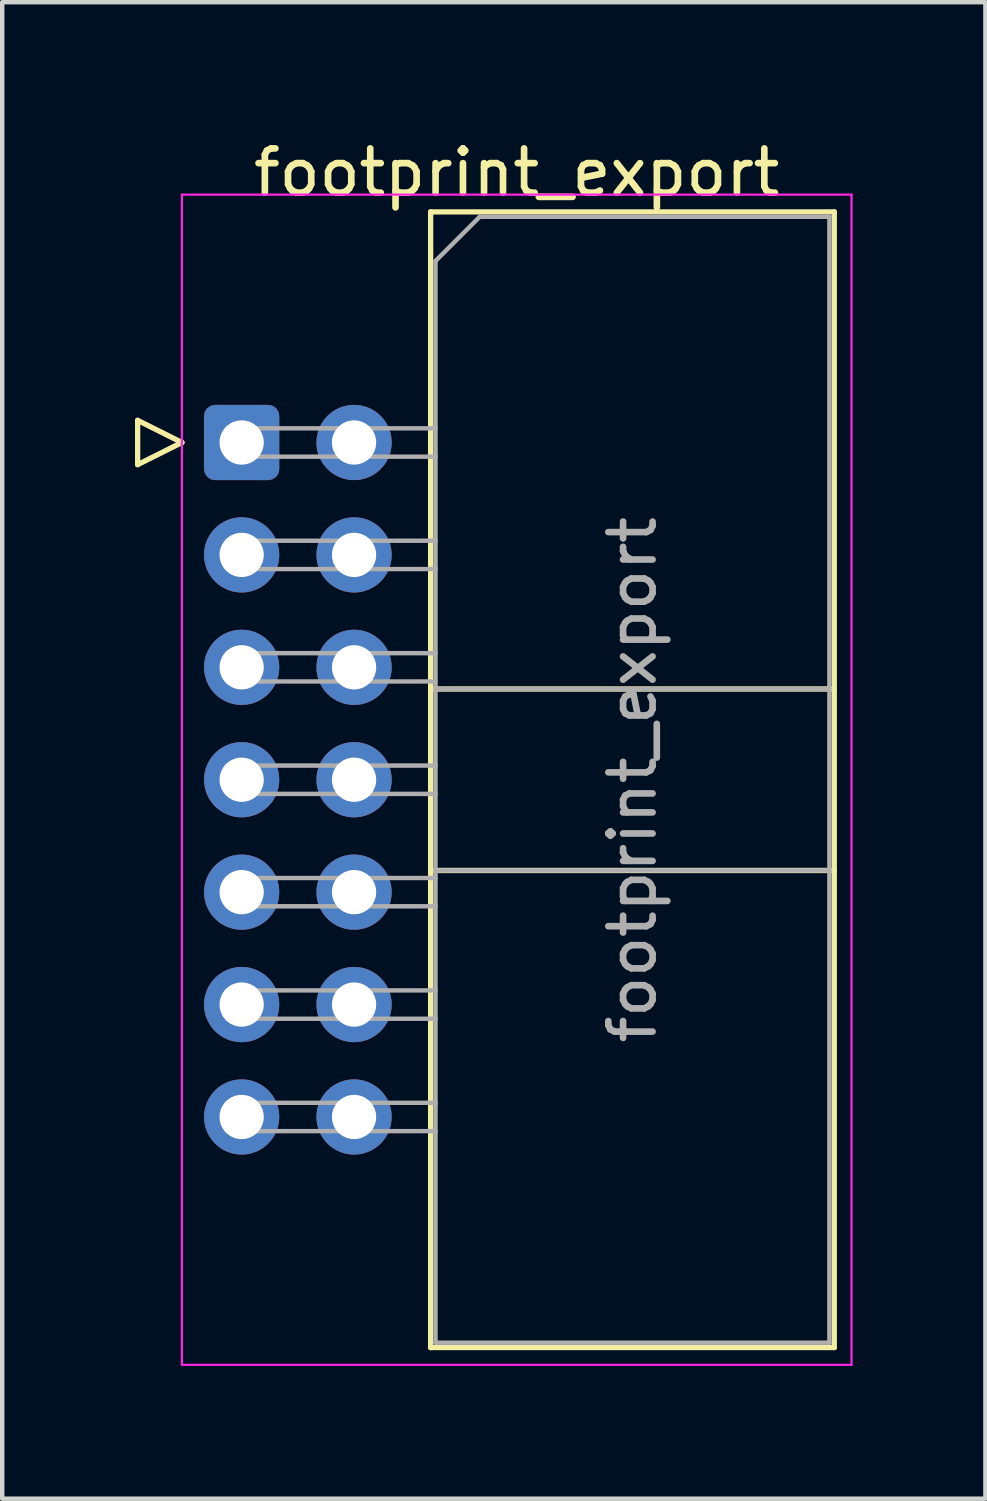
<source format=kicad_pcb>
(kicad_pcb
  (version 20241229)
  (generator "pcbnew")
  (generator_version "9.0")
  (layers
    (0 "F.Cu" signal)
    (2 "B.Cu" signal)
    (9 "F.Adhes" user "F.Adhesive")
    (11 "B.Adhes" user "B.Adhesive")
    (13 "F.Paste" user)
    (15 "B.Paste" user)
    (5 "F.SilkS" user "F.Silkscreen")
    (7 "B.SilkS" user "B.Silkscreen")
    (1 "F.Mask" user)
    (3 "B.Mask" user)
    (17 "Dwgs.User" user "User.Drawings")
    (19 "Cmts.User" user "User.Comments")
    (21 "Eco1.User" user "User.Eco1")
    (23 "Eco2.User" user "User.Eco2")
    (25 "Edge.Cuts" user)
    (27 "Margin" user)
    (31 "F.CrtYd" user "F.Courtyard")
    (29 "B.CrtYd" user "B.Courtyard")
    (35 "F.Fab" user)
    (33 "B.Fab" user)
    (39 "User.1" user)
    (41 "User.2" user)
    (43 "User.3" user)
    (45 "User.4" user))
  (footprint "footprint_export"
    (layer "F.Cu")
    (at 2.41 6.948)
    (property "Reference" "footprint_export" (at 6.215 -6.1 0) (layer "F.SilkS") (effects (font (size 1 1) (thickness 0.15))))
    (attr through_hole)
    (fp_line (start -2.35 -0.5) (end -2.35 0.5) (stroke (width 0.12) (type solid)) (layer "F.SilkS"))
    (fp_line (start -2.35 0.5) (end -1.35 0) (stroke (width 0.12) (type solid)) (layer "F.SilkS"))
    (fp_line (start -1.35 0) (end -2.35 -0.5) (stroke (width 0.12) (type solid)) (layer "F.SilkS"))
    (fp_line (start 4.27 -5.21) (end 13.39 -5.21) (stroke (width 0.12) (type solid)) (layer "F.SilkS"))
    (fp_line (start 4.27 5.57) (end 13.39 5.57) (stroke (width 0.12) (type solid)) (layer "F.SilkS"))
    (fp_line (start 4.27 9.67) (end 13.39 9.67) (stroke (width 0.12) (type solid)) (layer "F.SilkS"))
    (fp_line (start 4.27 20.45) (end 4.27 -5.21) (stroke (width 0.12) (type solid)) (layer "F.SilkS"))
    (fp_line (start 13.39 -5.21) (end 13.39 20.45) (stroke (width 0.12) (type solid)) (layer "F.SilkS"))
    (fp_line (start 13.39 20.45) (end 4.27 20.45) (stroke (width 0.12) (type solid)) (layer "F.SilkS"))
    (fp_line (start -1.35 -5.6) (end -1.35 20.84) (stroke (width 0.05) (type solid)) (layer "F.CrtYd"))
    (fp_line (start -1.35 20.84) (end 13.78 20.84) (stroke (width 0.05) (type solid)) (layer "F.CrtYd"))
    (fp_line (start 13.78 -5.6) (end -1.35 -5.6) (stroke (width 0.05) (type solid)) (layer "F.CrtYd"))
    (fp_line (start 13.78 20.84) (end 13.78 -5.6) (stroke (width 0.05) (type solid)) (layer "F.CrtYd"))
    (fp_line (start -0.32 -0.32) (end -0.32 0.32) (stroke (width 0.1) (type solid)) (layer "F.Fab"))
    (fp_line (start -0.32 0.32) (end 4.38 0.32) (stroke (width 0.1) (type solid)) (layer "F.Fab"))
    (fp_line (start -0.32 2.22) (end -0.32 2.86) (stroke (width 0.1) (type solid)) (layer "F.Fab"))
    (fp_line (start -0.32 2.86) (end 4.38 2.86) (stroke (width 0.1) (type solid)) (layer "F.Fab"))
    (fp_line (start -0.32 4.76) (end -0.32 5.4) (stroke (width 0.1) (type solid)) (layer "F.Fab"))
    (fp_line (start -0.32 5.4) (end 4.38 5.4) (stroke (width 0.1) (type solid)) (layer "F.Fab"))
    (fp_line (start -0.32 7.3) (end -0.32 7.94) (stroke (width 0.1) (type solid)) (layer "F.Fab"))
    (fp_line (start -0.32 7.94) (end 4.38 7.94) (stroke (width 0.1) (type solid)) (layer "F.Fab"))
    (fp_line (start -0.32 9.84) (end -0.32 10.48) (stroke (width 0.1) (type solid)) (layer "F.Fab"))
    (fp_line (start -0.32 10.48) (end 4.38 10.48) (stroke (width 0.1) (type solid)) (layer "F.Fab"))
    (fp_line (start -0.32 12.38) (end -0.32 13.02) (stroke (width 0.1) (type solid)) (layer "F.Fab"))
    (fp_line (start -0.32 13.02) (end 4.38 13.02) (stroke (width 0.1) (type solid)) (layer "F.Fab"))
    (fp_line (start -0.32 14.92) (end -0.32 15.56) (stroke (width 0.1) (type solid)) (layer "F.Fab"))
    (fp_line (start -0.32 15.56) (end 4.38 15.56) (stroke (width 0.1) (type solid)) (layer "F.Fab"))
    (fp_line (start 4.38 -4.1) (end 5.38 -5.1) (stroke (width 0.1) (type solid)) (layer "F.Fab"))
    (fp_line (start 4.38 -0.32) (end -0.32 -0.32) (stroke (width 0.1) (type solid)) (layer "F.Fab"))
    (fp_line (start 4.38 2.22) (end -0.32 2.22) (stroke (width 0.1) (type solid)) (layer "F.Fab"))
    (fp_line (start 4.38 4.76) (end -0.32 4.76) (stroke (width 0.1) (type solid)) (layer "F.Fab"))
    (fp_line (start 4.38 5.57) (end 13.28 5.57) (stroke (width 0.1) (type solid)) (layer "F.Fab"))
    (fp_line (start 4.38 7.3) (end -0.32 7.3) (stroke (width 0.1) (type solid)) (layer "F.Fab"))
    (fp_line (start 4.38 9.67) (end 13.28 9.67) (stroke (width 0.1) (type solid)) (layer "F.Fab"))
    (fp_line (start 4.38 9.84) (end -0.32 9.84) (stroke (width 0.1) (type solid)) (layer "F.Fab"))
    (fp_line (start 4.38 12.38) (end -0.32 12.38) (stroke (width 0.1) (type solid)) (layer "F.Fab"))
    (fp_line (start 4.38 14.92) (end -0.32 14.92) (stroke (width 0.1) (type solid)) (layer "F.Fab"))
    (fp_line (start 4.38 20.34) (end 4.38 -4.1) (stroke (width 0.1) (type solid)) (layer "F.Fab"))
    (fp_line (start 5.38 -5.1) (end 13.28 -5.1) (stroke (width 0.1) (type solid)) (layer "F.Fab"))
    (fp_line (start 13.28 -5.1) (end 13.28 20.34) (stroke (width 0.1) (type solid)) (layer "F.Fab"))
    (fp_line (start 13.28 20.34) (end 4.38 20.34) (stroke (width 0.1) (type solid)) (layer "F.Fab"))
    (fp_text user "${REFERENCE}" (at 8.83 7.62 90) (layer "F.Fab") (effects (font (size 1 1) (thickness 0.15))))
    (pad "1" thru_hole roundrect (at 0 0) (size 1.7 1.7) (drill 1) (layers "*.Cu" "*.Mask") (roundrect_rratio 0.147))
    (pad "2" thru_hole circle (at 2.54 0) (size 1.7 1.7) (drill 1) (layers "*.Cu" "*.Mask"))
    (pad "3" thru_hole circle (at 0 2.54) (size 1.7 1.7) (drill 1) (layers "*.Cu" "*.Mask"))
    (pad "4" thru_hole circle (at 2.54 2.54) (size 1.7 1.7) (drill 1) (layers "*.Cu" "*.Mask"))
    (pad "5" thru_hole circle (at 0 5.08) (size 1.7 1.7) (drill 1) (layers "*.Cu" "*.Mask"))
    (pad "6" thru_hole circle (at 2.54 5.08) (size 1.7 1.7) (drill 1) (layers "*.Cu" "*.Mask"))
    (pad "7" thru_hole circle (at 0 7.62) (size 1.7 1.7) (drill 1) (layers "*.Cu" "*.Mask"))
    (pad "8" thru_hole circle (at 2.54 7.62) (size 1.7 1.7) (drill 1) (layers "*.Cu" "*.Mask"))
    (pad "9" thru_hole circle (at 0 10.16) (size 1.7 1.7) (drill 1) (layers "*.Cu" "*.Mask"))
    (pad "10" thru_hole circle (at 2.54 10.16) (size 1.7 1.7) (drill 1) (layers "*.Cu" "*.Mask"))
    (pad "11" thru_hole circle (at 0 12.7) (size 1.7 1.7) (drill 1) (layers "*.Cu" "*.Mask"))
    (pad "12" thru_hole circle (at 2.54 12.7) (size 1.7 1.7) (drill 1) (layers "*.Cu" "*.Mask"))
    (pad "13" thru_hole circle (at 0 15.24) (size 1.7 1.7) (drill 1) (layers "*.Cu" "*.Mask"))
    (pad "14" thru_hole circle (at 2.54 15.24) (size 1.7 1.7) (drill 1) (layers "*.Cu" "*.Mask")))
  (gr_rect
    (start -3 -3)
    (end 19.215 30.813)
    (stroke (width 0.1) (type default))
    (fill no)
    (layer "Edge.Cuts")))
</source>
